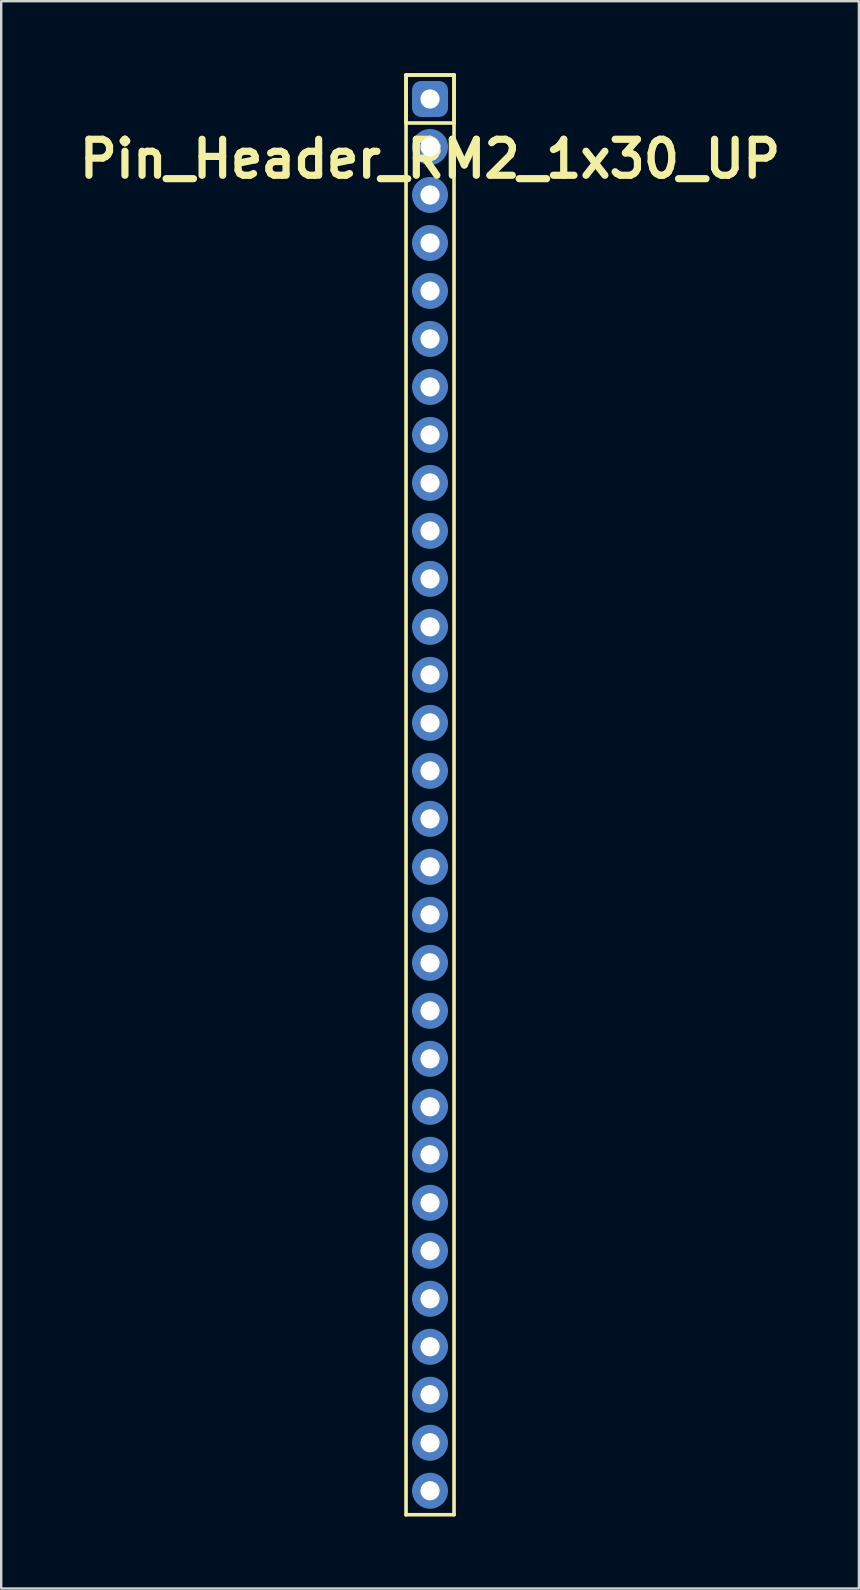
<source format=kicad_pcb>
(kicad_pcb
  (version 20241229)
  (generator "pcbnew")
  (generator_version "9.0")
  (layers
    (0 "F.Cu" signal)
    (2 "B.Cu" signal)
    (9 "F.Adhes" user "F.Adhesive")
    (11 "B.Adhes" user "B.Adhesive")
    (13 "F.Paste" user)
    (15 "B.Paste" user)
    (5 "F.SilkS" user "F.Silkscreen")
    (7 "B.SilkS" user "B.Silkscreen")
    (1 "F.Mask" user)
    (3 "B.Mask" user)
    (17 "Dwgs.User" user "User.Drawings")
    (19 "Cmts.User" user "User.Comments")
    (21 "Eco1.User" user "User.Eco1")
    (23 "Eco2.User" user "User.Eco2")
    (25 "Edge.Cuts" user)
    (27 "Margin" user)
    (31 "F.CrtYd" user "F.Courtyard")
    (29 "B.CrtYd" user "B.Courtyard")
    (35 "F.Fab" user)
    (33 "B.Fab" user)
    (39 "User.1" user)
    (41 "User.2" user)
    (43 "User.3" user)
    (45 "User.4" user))
  (footprint "Pin_Header_RM2_1x30_UP"
    (layer "F.Cu")
    (at 14.871 1.075)
    (property "Reference" "Pin_Header_RM2_1x30_UP" (at 0 2.5 0) (layer "F.SilkS") (effects (font (size 1.5 1.5) (thickness 0.3))))
    (attr through_hole)
    (fp_line (start -1 -1) (end 1 -1) (stroke (width 0.15) (type solid)) (layer "F.SilkS"))
    (fp_line (start -1 -1) (end 1 -1) (stroke (width 0.15) (type solid)) (layer "F.SilkS"))
    (fp_line (start -1 1) (end -1 -1) (stroke (width 0.15) (type solid)) (layer "F.SilkS"))
    (fp_line (start -1 59) (end -1 -1) (stroke (width 0.15) (type solid)) (layer "F.SilkS"))
    (fp_line (start 1 -1) (end 1 1) (stroke (width 0.15) (type solid)) (layer "F.SilkS"))
    (fp_line (start 1 -1) (end 1 59) (stroke (width 0.15) (type solid)) (layer "F.SilkS"))
    (fp_line (start 1 1) (end -1 1) (stroke (width 0.15) (type solid)) (layer "F.SilkS"))
    (fp_line (start 1 59) (end -1 59) (stroke (width 0.15) (type solid)) (layer "F.SilkS"))
    (pad "1" thru_hole circle (at 0 0) (size 1.1 1.1) (drill 0.8) (layers "*.Cu" "*.Mask"))
    (pad "1" smd roundrect (at 0 0) (size 1.25 1.25) (layers "F.Cu" "F.Mask") (roundrect_rratio 0.25))
    (pad "1" smd roundrect (at 0 0) (size 1.5 1.5) (layers "B.Cu" "B.Mask") (roundrect_rratio 0.25))
    (pad "2" thru_hole circle (at 0 2) (size 1.1 1.1) (drill 0.8) (layers "*.Cu" "*.Mask"))
    (pad "2" smd circle (at 0 2) (size 1.25 1.25) (layers "F.Cu" "F.Mask"))
    (pad "2" smd circle (at 0 2) (size 1.5 1.5) (layers "B.Cu" "B.Mask"))
    (pad "3" thru_hole circle (at 0 4) (size 1.1 1.1) (drill 0.8) (layers "*.Cu" "*.Mask"))
    (pad "3" smd circle (at 0 4) (size 1.25 1.25) (layers "F.Cu" "F.Mask"))
    (pad "3" smd circle (at 0 4) (size 1.5 1.5) (layers "B.Cu" "B.Mask"))
    (pad "4" thru_hole circle (at 0 6) (size 1.1 1.1) (drill 0.8) (layers "*.Cu" "*.Mask"))
    (pad "4" smd circle (at 0 6) (size 1.25 1.25) (layers "F.Cu" "F.Mask"))
    (pad "4" smd circle (at 0 6) (size 1.5 1.5) (layers "B.Cu" "B.Mask"))
    (pad "5" thru_hole circle (at 0 8) (size 1.1 1.1) (drill 0.8) (layers "*.Cu" "*.Mask"))
    (pad "5" smd circle (at 0 8) (size 1.25 1.25) (layers "F.Cu" "F.Mask"))
    (pad "5" smd circle (at 0 8) (size 1.5 1.5) (layers "B.Cu" "B.Mask"))
    (pad "6" thru_hole circle (at 0 10) (size 1.1 1.1) (drill 0.8) (layers "*.Cu" "*.Mask"))
    (pad "6" smd circle (at 0 10) (size 1.25 1.25) (layers "F.Cu" "F.Mask"))
    (pad "6" smd circle (at 0 10) (size 1.5 1.5) (layers "B.Cu" "B.Mask"))
    (pad "7" thru_hole circle (at 0 12) (size 1.1 1.1) (drill 0.8) (layers "*.Cu" "*.Mask"))
    (pad "7" smd circle (at 0 12) (size 1.25 1.25) (layers "F.Cu" "F.Mask"))
    (pad "7" smd circle (at 0 12) (size 1.5 1.5) (layers "B.Cu" "B.Mask"))
    (pad "8" thru_hole circle (at 0 14) (size 1.1 1.1) (drill 0.8) (layers "*.Cu" "*.Mask"))
    (pad "8" smd circle (at 0 14) (size 1.25 1.25) (layers "F.Cu" "F.Mask"))
    (pad "8" smd circle (at 0 14) (size 1.5 1.5) (layers "B.Cu" "B.Mask"))
    (pad "9" thru_hole circle (at 0 16) (size 1.1 1.1) (drill 0.8) (layers "*.Cu" "*.Mask"))
    (pad "9" smd circle (at 0 16) (size 1.25 1.25) (layers "F.Cu" "F.Mask"))
    (pad "9" smd circle (at 0 16) (size 1.5 1.5) (layers "B.Cu" "B.Mask"))
    (pad "10" thru_hole circle (at 0 18) (size 1.1 1.1) (drill 0.8) (layers "*.Cu" "*.Mask"))
    (pad "10" smd circle (at 0 18) (size 1.25 1.25) (layers "F.Cu" "F.Mask"))
    (pad "10" smd circle (at 0 18) (size 1.5 1.5) (layers "B.Cu" "B.Mask"))
    (pad "11" thru_hole circle (at 0 20) (size 1.1 1.1) (drill 0.8) (layers "*.Cu" "*.Mask"))
    (pad "11" smd circle (at 0 20) (size 1.25 1.25) (layers "F.Cu" "F.Mask"))
    (pad "11" smd circle (at 0 20) (size 1.5 1.5) (layers "B.Cu" "B.Mask"))
    (pad "12" thru_hole circle (at 0 22) (size 1.1 1.1) (drill 0.8) (layers "*.Cu" "*.Mask"))
    (pad "12" smd circle (at 0 22) (size 1.25 1.25) (layers "F.Cu" "F.Mask"))
    (pad "12" smd circle (at 0 22) (size 1.5 1.5) (layers "B.Cu" "B.Mask"))
    (pad "13" thru_hole circle (at 0 24) (size 1.1 1.1) (drill 0.8) (layers "*.Cu" "*.Mask"))
    (pad "13" smd circle (at 0 24) (size 1.25 1.25) (layers "F.Cu" "F.Mask"))
    (pad "13" smd circle (at 0 24) (size 1.5 1.5) (layers "B.Cu" "B.Mask"))
    (pad "14" thru_hole circle (at 0 26) (size 1.1 1.1) (drill 0.8) (layers "*.Cu" "*.Mask"))
    (pad "14" smd circle (at 0 26) (size 1.25 1.25) (layers "F.Cu" "F.Mask"))
    (pad "14" smd circle (at 0 26) (size 1.5 1.5) (layers "B.Cu" "B.Mask"))
    (pad "15" thru_hole circle (at 0 28) (size 1.1 1.1) (drill 0.8) (layers "*.Cu" "*.Mask"))
    (pad "15" smd circle (at 0 28) (size 1.25 1.25) (layers "F.Cu" "F.Mask"))
    (pad "15" smd circle (at 0 28) (size 1.5 1.5) (layers "B.Cu" "B.Mask"))
    (pad "16" thru_hole circle (at 0 30) (size 1.1 1.1) (drill 0.8) (layers "*.Cu" "*.Mask"))
    (pad "16" smd circle (at 0 30) (size 1.25 1.25) (layers "F.Cu" "F.Mask"))
    (pad "16" smd circle (at 0 30) (size 1.5 1.5) (layers "B.Cu" "B.Mask"))
    (pad "17" thru_hole circle (at 0 32) (size 1.1 1.1) (drill 0.8) (layers "*.Cu" "*.Mask"))
    (pad "17" smd circle (at 0 32) (size 1.25 1.25) (layers "F.Cu" "F.Mask"))
    (pad "17" smd circle (at 0 32) (size 1.5 1.5) (layers "B.Cu" "B.Mask"))
    (pad "18" thru_hole circle (at 0 34) (size 1.1 1.1) (drill 0.8) (layers "*.Cu" "*.Mask"))
    (pad "18" smd circle (at 0 34) (size 1.25 1.25) (layers "F.Cu" "F.Mask"))
    (pad "18" smd circle (at 0 34) (size 1.5 1.5) (layers "B.Cu" "B.Mask"))
    (pad "19" thru_hole circle (at 0 36) (size 1.1 1.1) (drill 0.8) (layers "*.Cu" "*.Mask"))
    (pad "19" smd circle (at 0 36) (size 1.25 1.25) (layers "F.Cu" "F.Mask"))
    (pad "19" smd circle (at 0 36) (size 1.5 1.5) (layers "B.Cu" "B.Mask"))
    (pad "20" thru_hole circle (at 0 38) (size 1.1 1.1) (drill 0.8) (layers "*.Cu" "*.Mask"))
    (pad "20" smd circle (at 0 38) (size 1.25 1.25) (layers "F.Cu" "F.Mask"))
    (pad "20" smd circle (at 0 38) (size 1.5 1.5) (layers "B.Cu" "B.Mask"))
    (pad "21" thru_hole circle (at 0 40) (size 1.1 1.1) (drill 0.8) (layers "*.Cu" "*.Mask"))
    (pad "21" smd circle (at 0 40) (size 1.25 1.25) (layers "F.Cu" "F.Mask"))
    (pad "21" smd circle (at 0 40) (size 1.5 1.5) (layers "B.Cu" "B.Mask"))
    (pad "22" thru_hole circle (at 0 42) (size 1.1 1.1) (drill 0.8) (layers "*.Cu" "*.Mask"))
    (pad "22" smd circle (at 0 42) (size 1.25 1.25) (layers "F.Cu" "F.Mask"))
    (pad "22" smd circle (at 0 42) (size 1.5 1.5) (layers "B.Cu" "B.Mask"))
    (pad "23" thru_hole circle (at 0 44) (size 1.1 1.1) (drill 0.8) (layers "*.Cu" "*.Mask"))
    (pad "23" smd circle (at 0 44) (size 1.25 1.25) (layers "F.Cu" "F.Mask"))
    (pad "23" smd circle (at 0 44) (size 1.5 1.5) (layers "B.Cu" "B.Mask"))
    (pad "24" thru_hole circle (at 0 46) (size 1.1 1.1) (drill 0.8) (layers "*.Cu" "*.Mask"))
    (pad "24" smd circle (at 0 46) (size 1.25 1.25) (layers "F.Cu" "F.Mask"))
    (pad "24" smd circle (at 0 46) (size 1.5 1.5) (layers "B.Cu" "B.Mask"))
    (pad "25" thru_hole circle (at 0 48) (size 1.1 1.1) (drill 0.8) (layers "*.Cu" "*.Mask"))
    (pad "25" smd circle (at 0 48) (size 1.25 1.25) (layers "F.Cu" "F.Mask"))
    (pad "25" smd circle (at 0 48) (size 1.5 1.5) (layers "B.Cu" "B.Mask"))
    (pad "26" thru_hole circle (at 0 50) (size 1.1 1.1) (drill 0.8) (layers "*.Cu" "*.Mask"))
    (pad "26" smd circle (at 0 50) (size 1.25 1.25) (layers "F.Cu" "F.Mask"))
    (pad "26" smd circle (at 0 50) (size 1.5 1.5) (layers "B.Cu" "B.Mask"))
    (pad "27" thru_hole circle (at 0 52) (size 1.1 1.1) (drill 0.8) (layers "*.Cu" "*.Mask"))
    (pad "27" smd circle (at 0 52) (size 1.25 1.25) (layers "F.Cu" "F.Mask"))
    (pad "27" smd circle (at 0 52) (size 1.5 1.5) (layers "B.Cu" "B.Mask"))
    (pad "28" thru_hole circle (at 0 54) (size 1.1 1.1) (drill 0.8) (layers "*.Cu" "*.Mask"))
    (pad "28" smd circle (at 0 54) (size 1.25 1.25) (layers "F.Cu" "F.Mask"))
    (pad "28" smd circle (at 0 54) (size 1.5 1.5) (layers "B.Cu" "B.Mask"))
    (pad "29" thru_hole circle (at 0 56) (size 1.1 1.1) (drill 0.8) (layers "*.Cu" "*.Mask"))
    (pad "29" smd circle (at 0 56) (size 1.25 1.25) (layers "F.Cu" "F.Mask"))
    (pad "29" smd circle (at 0 56) (size 1.5 1.5) (layers "B.Cu" "B.Mask"))
    (pad "30" thru_hole circle (at 0 58) (size 1.1 1.1) (drill 0.8) (layers "*.Cu" "*.Mask"))
    (pad "30" smd circle (at 0 58) (size 1.25 1.25) (layers "F.Cu" "F.Mask"))
    (pad "30" smd circle (at 0 58) (size 1.5 1.5) (layers "B.Cu" "B.Mask")))
  (gr_rect
    (start -3 -3)
    (end 32.743 63.15)
    (stroke (width 0.1) (type default))
    (fill no)
    (layer "Edge.Cuts")))
</source>
